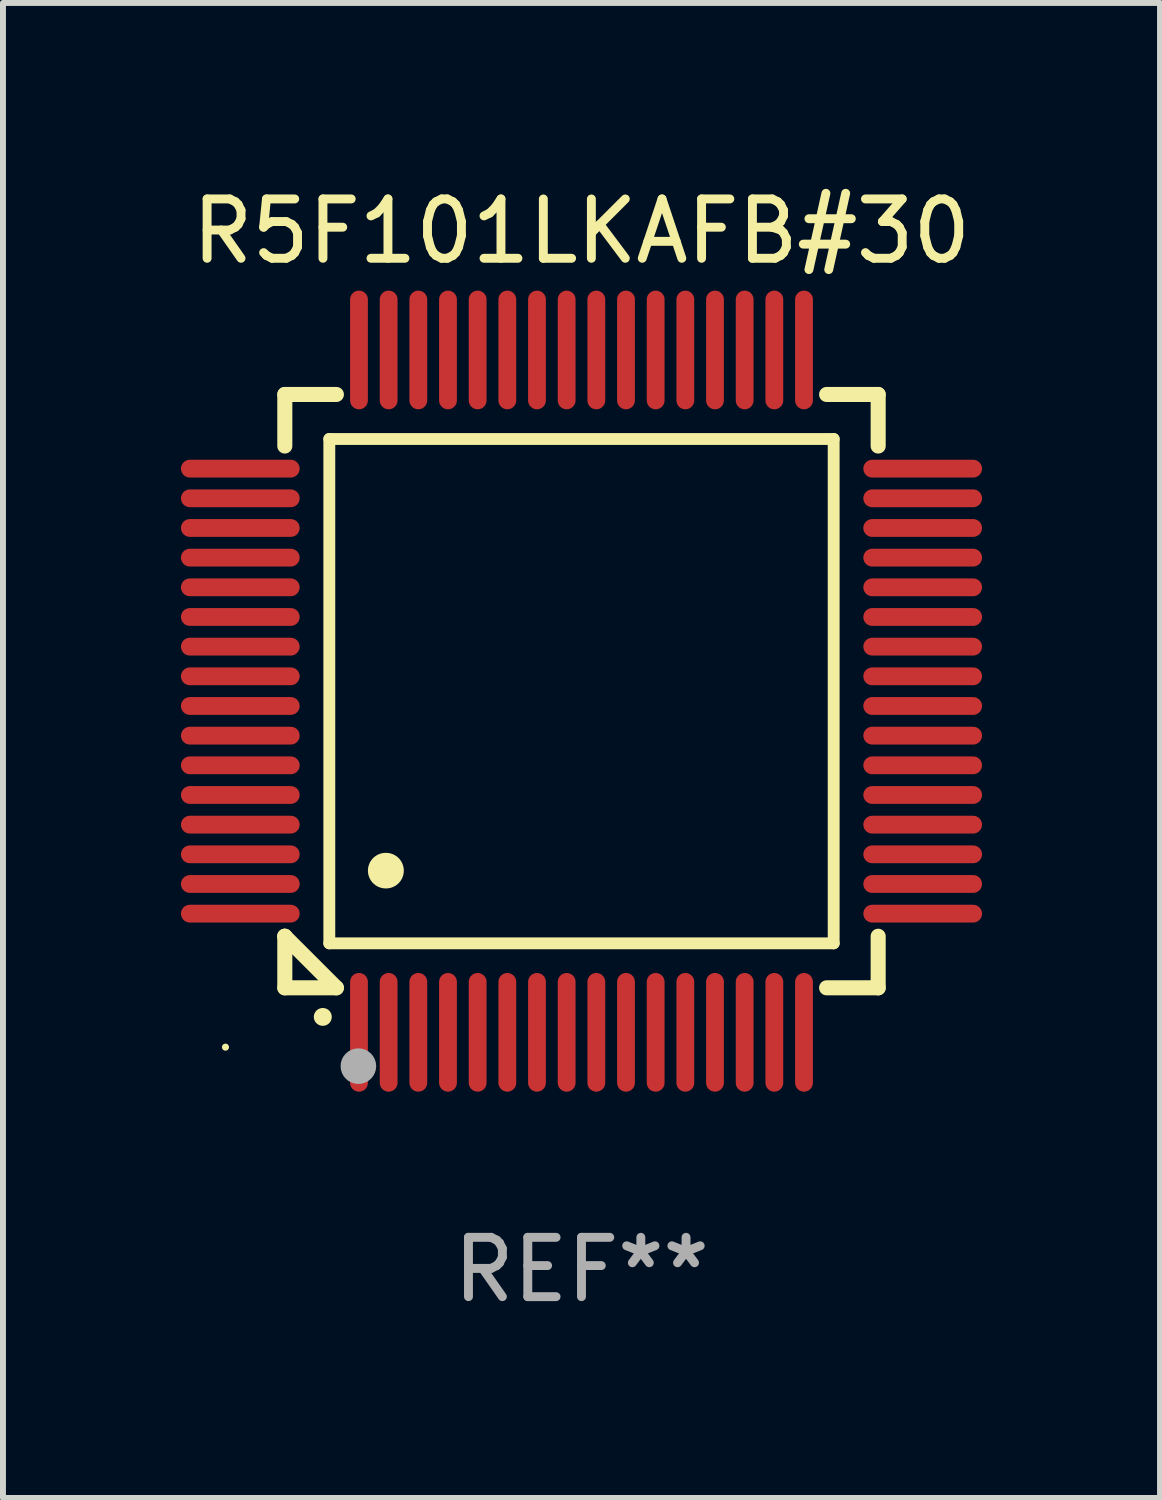
<source format=kicad_pcb>
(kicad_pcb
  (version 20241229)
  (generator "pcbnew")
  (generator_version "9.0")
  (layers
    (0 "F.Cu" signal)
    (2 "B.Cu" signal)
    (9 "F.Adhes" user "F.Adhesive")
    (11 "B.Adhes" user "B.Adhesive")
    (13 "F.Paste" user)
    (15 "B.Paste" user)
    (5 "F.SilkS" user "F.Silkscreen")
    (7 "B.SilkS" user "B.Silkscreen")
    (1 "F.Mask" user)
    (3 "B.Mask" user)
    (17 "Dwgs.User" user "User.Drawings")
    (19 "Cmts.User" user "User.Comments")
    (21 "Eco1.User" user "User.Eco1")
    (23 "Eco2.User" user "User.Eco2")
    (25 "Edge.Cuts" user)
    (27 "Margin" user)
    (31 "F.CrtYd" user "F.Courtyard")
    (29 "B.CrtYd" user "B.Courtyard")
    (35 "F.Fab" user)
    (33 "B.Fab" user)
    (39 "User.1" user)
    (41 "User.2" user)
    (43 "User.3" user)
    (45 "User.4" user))
  (footprint "R5F101LKAFB#30"
    (layer "F.Cu")
    (at 6.75 8.598)
    (property "Reference" "R5F101LKAFB#30" (at 0 -7.75 0) (layer "F.SilkS") (effects (font (size 1 1) (thickness 0.15))))
    (attr through_hole)
    (fp_line (start -5 -5) (end -4.131 -5) (stroke (width 0.254) (type solid)) (layer "F.SilkS"))
    (fp_line (start -5 -4.131) (end -5 -5) (stroke (width 0.254) (type solid)) (layer "F.SilkS"))
    (fp_line (start -5 4.131) (end -5 4.131) (stroke (width 0.254) (type solid)) (layer "F.SilkS"))
    (fp_line (start -5 5) (end -5 4.131) (stroke (width 0.254) (type solid)) (layer "F.SilkS"))
    (fp_line (start -5 4.131) (end -4.131 5) (stroke (width 0.254) (type solid)) (layer "F.SilkS"))
    (fp_line (start -4.25 -4.25) (end -4.25 4.25) (stroke (width 0.2) (type solid)) (layer "F.SilkS"))
    (fp_line (start -4.25 4.25) (end 4.25 4.25) (stroke (width 0.2) (type solid)) (layer "F.SilkS"))
    (fp_line (start -4.131 5) (end -5 5) (stroke (width 0.254) (type solid)) (layer "F.SilkS"))
    (fp_line (start 4.25 -4.25) (end -4.25 -4.25) (stroke (width 0.2) (type solid)) (layer "F.SilkS"))
    (fp_line (start 4.25 4.25) (end 4.25 -4.25) (stroke (width 0.2) (type solid)) (layer "F.SilkS"))
    (fp_line (start 5 -5) (end 4.131 -5) (stroke (width 0.254) (type solid)) (layer "F.SilkS"))
    (fp_line (start 5 -5) (end 5 -4.131) (stroke (width 0.254) (type solid)) (layer "F.SilkS"))
    (fp_line (start 5 4.131) (end 5 5) (stroke (width 0.254) (type solid)) (layer "F.SilkS"))
    (fp_line (start 5 5) (end 4.131 5) (stroke (width 0.254) (type solid)) (layer "F.SilkS"))
    (fp_arc (start -4.361265 5.489992) (mid -4.359995 5.489987) (end -4.358725 5.489992) (stroke (width 0.3) (type solid)) (layer "F.SilkS"))
    (fp_arc (start -3.299467 3.025146) (mid -3.296927 3.025135) (end -3.294387 3.025146) (stroke (width 0.6) (type solid)) (layer "F.SilkS"))
    (fp_circle (center -6 6) (end -5.97 6) (stroke (width 0.06) (type solid)) (fill no) (layer "F.SilkS"))
    (fp_circle (center -3.76 6.32) (end -3.61 6.32) (stroke (width 0.3) (type solid)) (fill no) (layer "F.Fab"))
    (fp_text user "REF**" (at 0 9.75 0) (layer "F.Fab") (effects (font (size 1 1) (thickness 0.15))))
    (pad "1" smd oval (at -3.75 5.75) (size 0.3 2) (layers "F.Cu" "F.Mask" "F.Paste"))
    (pad "2" smd oval (at -3.25 5.75) (size 0.3 2) (layers "F.Cu" "F.Mask" "F.Paste"))
    (pad "3" smd oval (at -2.75 5.75) (size 0.3 2) (layers "F.Cu" "F.Mask" "F.Paste"))
    (pad "4" smd oval (at -2.25 5.75) (size 0.3 2) (layers "F.Cu" "F.Mask" "F.Paste"))
    (pad "5" smd oval (at -1.75 5.75) (size 0.3 2) (layers "F.Cu" "F.Mask" "F.Paste"))
    (pad "6" smd oval (at -1.25 5.75) (size 0.3 2) (layers "F.Cu" "F.Mask" "F.Paste"))
    (pad "7" smd oval (at -0.75 5.75) (size 0.3 2) (layers "F.Cu" "F.Mask" "F.Paste"))
    (pad "8" smd oval (at -0.25 5.75) (size 0.3 2) (layers "F.Cu" "F.Mask" "F.Paste"))
    (pad "9" smd oval (at 0.25 5.75) (size 0.3 2) (layers "F.Cu" "F.Mask" "F.Paste"))
    (pad "10" smd oval (at 0.75 5.75) (size 0.3 2) (layers "F.Cu" "F.Mask" "F.Paste"))
    (pad "11" smd oval (at 1.25 5.75) (size 0.3 2) (layers "F.Cu" "F.Mask" "F.Paste"))
    (pad "12" smd oval (at 1.75 5.75) (size 0.3 2) (layers "F.Cu" "F.Mask" "F.Paste"))
    (pad "13" smd oval (at 2.25 5.75) (size 0.3 2) (layers "F.Cu" "F.Mask" "F.Paste"))
    (pad "14" smd oval (at 2.75 5.75) (size 0.3 2) (layers "F.Cu" "F.Mask" "F.Paste"))
    (pad "15" smd oval (at 3.25 5.75) (size 0.3 2) (layers "F.Cu" "F.Mask" "F.Paste"))
    (pad "16" smd oval (at 3.75 5.75) (size 0.3 2) (layers "F.Cu" "F.Mask" "F.Paste"))
    (pad "17" smd oval (at 5.75 3.75) (size 2 0.3) (layers "F.Cu" "F.Mask" "F.Paste"))
    (pad "18" smd oval (at 5.75 3.25) (size 2 0.3) (layers "F.Cu" "F.Mask" "F.Paste"))
    (pad "19" smd oval (at 5.75 2.75) (size 2 0.3) (layers "F.Cu" "F.Mask" "F.Paste"))
    (pad "20" smd oval (at 5.75 2.25) (size 2 0.3) (layers "F.Cu" "F.Mask" "F.Paste"))
    (pad "21" smd oval (at 5.75 1.75) (size 2 0.3) (layers "F.Cu" "F.Mask" "F.Paste"))
    (pad "22" smd oval (at 5.75 1.25) (size 2 0.3) (layers "F.Cu" "F.Mask" "F.Paste"))
    (pad "23" smd oval (at 5.75 0.75) (size 2 0.3) (layers "F.Cu" "F.Mask" "F.Paste"))
    (pad "24" smd oval (at 5.75 0.25) (size 2 0.3) (layers "F.Cu" "F.Mask" "F.Paste"))
    (pad "25" smd oval (at 5.75 -0.25) (size 2 0.3) (layers "F.Cu" "F.Mask" "F.Paste"))
    (pad "26" smd oval (at 5.75 -0.75) (size 2 0.3) (layers "F.Cu" "F.Mask" "F.Paste"))
    (pad "27" smd oval (at 5.75 -1.25) (size 2 0.3) (layers "F.Cu" "F.Mask" "F.Paste"))
    (pad "28" smd oval (at 5.75 -1.75) (size 2 0.3) (layers "F.Cu" "F.Mask" "F.Paste"))
    (pad "29" smd oval (at 5.75 -2.25) (size 2 0.3) (layers "F.Cu" "F.Mask" "F.Paste"))
    (pad "30" smd oval (at 5.75 -2.75) (size 2 0.3) (layers "F.Cu" "F.Mask" "F.Paste"))
    (pad "31" smd oval (at 5.75 -3.25) (size 2 0.3) (layers "F.Cu" "F.Mask" "F.Paste"))
    (pad "32" smd oval (at 5.75 -3.75) (size 2 0.3) (layers "F.Cu" "F.Mask" "F.Paste"))
    (pad "33" smd oval (at 3.75 -5.75) (size 0.3 2) (layers "F.Cu" "F.Mask" "F.Paste"))
    (pad "34" smd oval (at 3.25 -5.75) (size 0.3 2) (layers "F.Cu" "F.Mask" "F.Paste"))
    (pad "35" smd oval (at 2.75 -5.75) (size 0.3 2) (layers "F.Cu" "F.Mask" "F.Paste"))
    (pad "36" smd oval (at 2.25 -5.75) (size 0.3 2) (layers "F.Cu" "F.Mask" "F.Paste"))
    (pad "37" smd oval (at 1.75 -5.75) (size 0.3 2) (layers "F.Cu" "F.Mask" "F.Paste"))
    (pad "38" smd oval (at 1.25 -5.75) (size 0.3 2) (layers "F.Cu" "F.Mask" "F.Paste"))
    (pad "39" smd oval (at 0.75 -5.75) (size 0.3 2) (layers "F.Cu" "F.Mask" "F.Paste"))
    (pad "40" smd oval (at 0.25 -5.75) (size 0.3 2) (layers "F.Cu" "F.Mask" "F.Paste"))
    (pad "41" smd oval (at -0.25 -5.75) (size 0.3 2) (layers "F.Cu" "F.Mask" "F.Paste"))
    (pad "42" smd oval (at -0.75 -5.75) (size 0.3 2) (layers "F.Cu" "F.Mask" "F.Paste"))
    (pad "43" smd oval (at -1.25 -5.75) (size 0.3 2) (layers "F.Cu" "F.Mask" "F.Paste"))
    (pad "44" smd oval (at -1.75 -5.75) (size 0.3 2) (layers "F.Cu" "F.Mask" "F.Paste"))
    (pad "45" smd oval (at -2.25 -5.75) (size 0.3 2) (layers "F.Cu" "F.Mask" "F.Paste"))
    (pad "46" smd oval (at -2.75 -5.75) (size 0.3 2) (layers "F.Cu" "F.Mask" "F.Paste"))
    (pad "47" smd oval (at -3.25 -5.75) (size 0.3 2) (layers "F.Cu" "F.Mask" "F.Paste"))
    (pad "48" smd oval (at -3.75 -5.75) (size 0.3 2) (layers "F.Cu" "F.Mask" "F.Paste"))
    (pad "49" smd oval (at -5.75 -3.75) (size 2 0.3) (layers "F.Cu" "F.Mask" "F.Paste"))
    (pad "50" smd oval (at -5.75 -3.25) (size 2 0.3) (layers "F.Cu" "F.Mask" "F.Paste"))
    (pad "51" smd oval (at -5.75 -2.75) (size 2 0.3) (layers "F.Cu" "F.Mask" "F.Paste"))
    (pad "52" smd oval (at -5.75 -2.25) (size 2 0.3) (layers "F.Cu" "F.Mask" "F.Paste"))
    (pad "53" smd oval (at -5.75 -1.75) (size 2 0.3) (layers "F.Cu" "F.Mask" "F.Paste"))
    (pad "54" smd oval (at -5.75 -1.25) (size 2 0.3) (layers "F.Cu" "F.Mask" "F.Paste"))
    (pad "55" smd oval (at -5.75 -0.75) (size 2 0.3) (layers "F.Cu" "F.Mask" "F.Paste"))
    (pad "56" smd oval (at -5.75 -0.25) (size 2 0.3) (layers "F.Cu" "F.Mask" "F.Paste"))
    (pad "57" smd oval (at -5.75 0.25) (size 2 0.3) (layers "F.Cu" "F.Mask" "F.Paste"))
    (pad "58" smd oval (at -5.75 0.75) (size 2 0.3) (layers "F.Cu" "F.Mask" "F.Paste"))
    (pad "59" smd oval (at -5.75 1.25) (size 2 0.3) (layers "F.Cu" "F.Mask" "F.Paste"))
    (pad "60" smd oval (at -5.75 1.75) (size 2 0.3) (layers "F.Cu" "F.Mask" "F.Paste"))
    (pad "61" smd oval (at -5.75 2.25) (size 2 0.3) (layers "F.Cu" "F.Mask" "F.Paste"))
    (pad "62" smd oval (at -5.75 2.75) (size 2 0.3) (layers "F.Cu" "F.Mask" "F.Paste"))
    (pad "63" smd oval (at -5.75 3.25) (size 2 0.3) (layers "F.Cu" "F.Mask" "F.Paste"))
    (pad "64" smd oval (at -5.75 3.75) (size 2 0.3) (layers "F.Cu" "F.Mask" "F.Paste")))
  (gr_rect
    (start -3 -3)
    (end 16.5 22.196)
    (stroke (width 0.1) (type default))
    (fill no)
    (layer "Edge.Cuts")))
</source>
